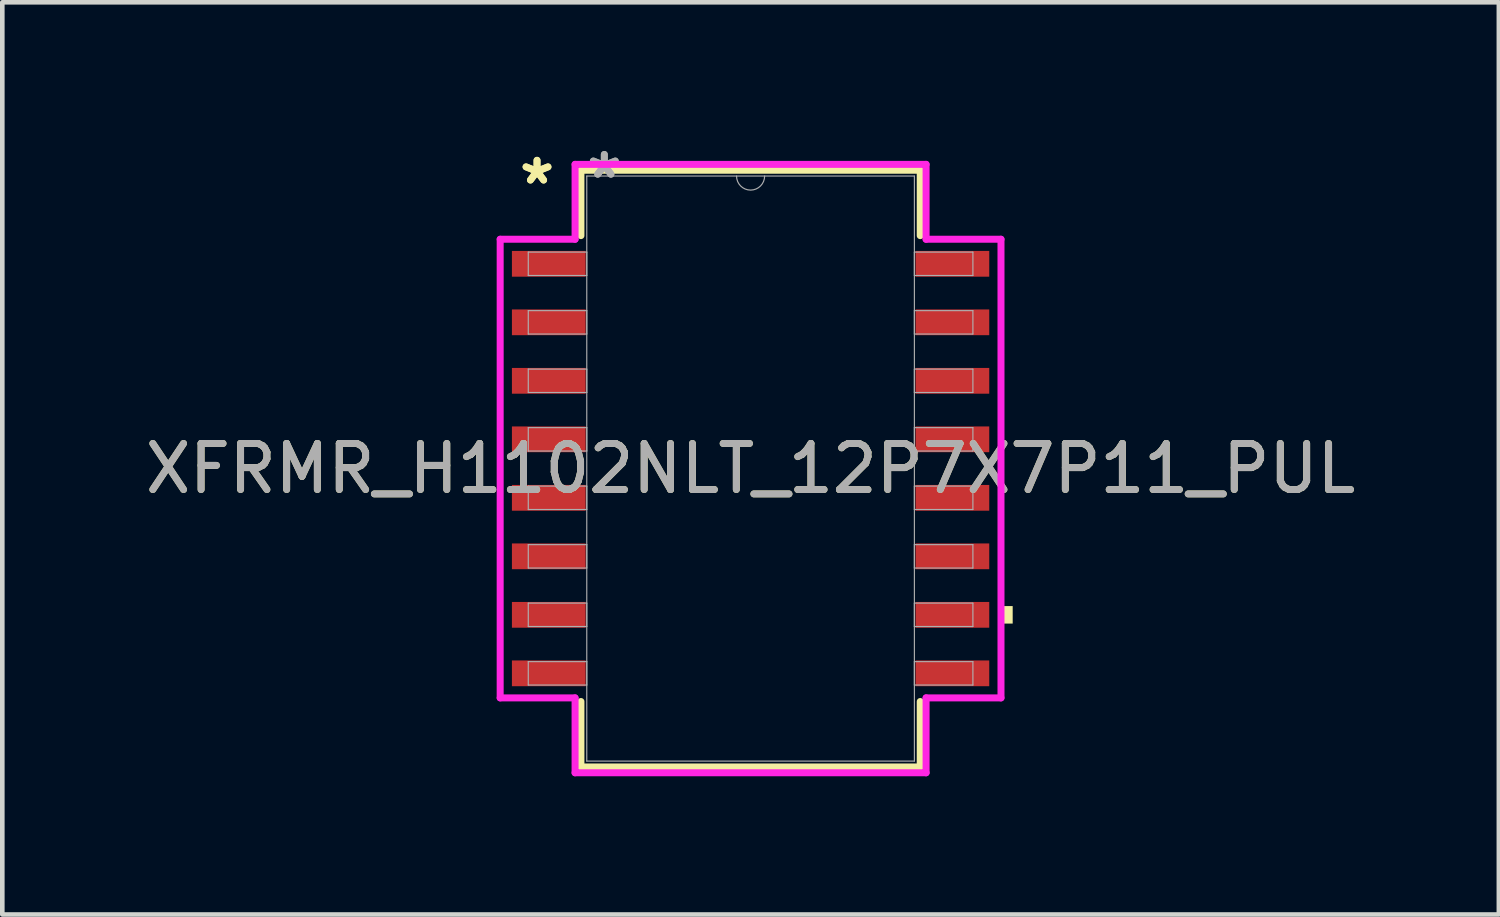
<source format=kicad_pcb>
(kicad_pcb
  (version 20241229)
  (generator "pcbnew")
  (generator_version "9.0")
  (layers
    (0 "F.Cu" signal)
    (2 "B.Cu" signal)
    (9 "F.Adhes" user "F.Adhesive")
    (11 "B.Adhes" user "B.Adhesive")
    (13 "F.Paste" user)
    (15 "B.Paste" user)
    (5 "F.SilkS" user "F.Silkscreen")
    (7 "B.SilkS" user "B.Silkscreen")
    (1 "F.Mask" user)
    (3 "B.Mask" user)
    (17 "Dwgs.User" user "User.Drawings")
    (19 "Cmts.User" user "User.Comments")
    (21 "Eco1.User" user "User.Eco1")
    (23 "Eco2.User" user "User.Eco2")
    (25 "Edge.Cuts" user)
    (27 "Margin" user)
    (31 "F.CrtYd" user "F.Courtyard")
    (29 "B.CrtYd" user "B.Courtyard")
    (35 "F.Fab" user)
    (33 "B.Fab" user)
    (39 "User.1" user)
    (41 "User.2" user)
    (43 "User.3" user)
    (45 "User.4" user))
  (footprint "XFRMR_H1102NLT_12P7X7P11_PUL"
    (layer "F.Cu")
    (at 13.244 7.122)
    (property "Reference" "XFRMR_H1102NLT_12P7X7P11_PUL" (at 0 0 0) (unlocked yes) (layer "F.SilkS") (effects (font (size 1 1) (thickness 0.15))))
    (attr smd)
    (fp_line (start -3.683 -6.477) (end -3.683 -5.057) (stroke (width 0.152) (type solid)) (layer "F.SilkS"))
    (fp_line (start -3.683 5.057) (end -3.683 6.477) (stroke (width 0.152) (type solid)) (layer "F.SilkS"))
    (fp_line (start -3.683 6.477) (end 3.683 6.477) (stroke (width 0.152) (type solid)) (layer "F.SilkS"))
    (fp_line (start 3.683 -6.477) (end -3.683 -6.477) (stroke (width 0.152) (type solid)) (layer "F.SilkS"))
    (fp_line (start 3.683 -5.057) (end 3.683 -6.477) (stroke (width 0.152) (type solid)) (layer "F.SilkS"))
    (fp_line (start 3.683 6.477) (end 3.683 5.057) (stroke (width 0.152) (type solid)) (layer "F.SilkS"))
    (fp_poly (pts (xy 5.69 2.985) (xy 5.69 3.365) (xy 5.436 3.365) (xy 5.436 2.985)) (stroke (width 0) (type solid)) (fill yes) (layer "F.SilkS"))
    (fp_line (start -5.436 -4.978) (end -3.81 -4.978) (stroke (width 0.152) (type solid)) (layer "F.CrtYd"))
    (fp_line (start -5.436 4.978) (end -5.436 -4.978) (stroke (width 0.152) (type solid)) (layer "F.CrtYd"))
    (fp_line (start -5.436 4.978) (end -3.81 4.978) (stroke (width 0.152) (type solid)) (layer "F.CrtYd"))
    (fp_line (start -3.81 -6.604) (end 3.81 -6.604) (stroke (width 0.152) (type solid)) (layer "F.CrtYd"))
    (fp_line (start -3.81 -4.978) (end -3.81 -6.604) (stroke (width 0.152) (type solid)) (layer "F.CrtYd"))
    (fp_line (start -3.81 6.604) (end -3.81 4.978) (stroke (width 0.152) (type solid)) (layer "F.CrtYd"))
    (fp_line (start 3.81 -6.604) (end 3.81 -4.978) (stroke (width 0.152) (type solid)) (layer "F.CrtYd"))
    (fp_line (start 3.81 4.978) (end 3.81 6.604) (stroke (width 0.152) (type solid)) (layer "F.CrtYd"))
    (fp_line (start 3.81 6.604) (end -3.81 6.604) (stroke (width 0.152) (type solid)) (layer "F.CrtYd"))
    (fp_line (start 5.436 -4.978) (end 3.81 -4.978) (stroke (width 0.152) (type solid)) (layer "F.CrtYd"))
    (fp_line (start 5.436 -4.978) (end 5.436 4.978) (stroke (width 0.152) (type solid)) (layer "F.CrtYd"))
    (fp_line (start 5.436 4.978) (end 3.81 4.978) (stroke (width 0.152) (type solid)) (layer "F.CrtYd"))
    (fp_line (start -4.826 -4.699) (end -4.826 -4.191) (stroke (width 0.025) (type solid)) (layer "F.Fab"))
    (fp_line (start -4.826 -4.191) (end -3.556 -4.191) (stroke (width 0.025) (type solid)) (layer "F.Fab"))
    (fp_line (start -4.826 -3.429) (end -4.826 -2.921) (stroke (width 0.025) (type solid)) (layer "F.Fab"))
    (fp_line (start -4.826 -2.921) (end -3.556 -2.921) (stroke (width 0.025) (type solid)) (layer "F.Fab"))
    (fp_line (start -4.826 -2.159) (end -4.826 -1.651) (stroke (width 0.025) (type solid)) (layer "F.Fab"))
    (fp_line (start -4.826 -1.651) (end -3.556 -1.651) (stroke (width 0.025) (type solid)) (layer "F.Fab"))
    (fp_line (start -4.826 -0.889) (end -4.826 -0.381) (stroke (width 0.025) (type solid)) (layer "F.Fab"))
    (fp_line (start -4.826 -0.381) (end -3.556 -0.381) (stroke (width 0.025) (type solid)) (layer "F.Fab"))
    (fp_line (start -4.826 0.381) (end -4.826 0.889) (stroke (width 0.025) (type solid)) (layer "F.Fab"))
    (fp_line (start -4.826 0.889) (end -3.556 0.889) (stroke (width 0.025) (type solid)) (layer "F.Fab"))
    (fp_line (start -4.826 1.651) (end -4.826 2.159) (stroke (width 0.025) (type solid)) (layer "F.Fab"))
    (fp_line (start -4.826 2.159) (end -3.556 2.159) (stroke (width 0.025) (type solid)) (layer "F.Fab"))
    (fp_line (start -4.826 2.921) (end -4.826 3.429) (stroke (width 0.025) (type solid)) (layer "F.Fab"))
    (fp_line (start -4.826 3.429) (end -3.556 3.429) (stroke (width 0.025) (type solid)) (layer "F.Fab"))
    (fp_line (start -4.826 4.191) (end -4.826 4.699) (stroke (width 0.025) (type solid)) (layer "F.Fab"))
    (fp_line (start -4.826 4.699) (end -3.556 4.699) (stroke (width 0.025) (type solid)) (layer "F.Fab"))
    (fp_line (start -3.556 -6.35) (end -3.556 6.35) (stroke (width 0.025) (type solid)) (layer "F.Fab"))
    (fp_line (start -3.556 -4.699) (end -4.826 -4.699) (stroke (width 0.025) (type solid)) (layer "F.Fab"))
    (fp_line (start -3.556 -4.191) (end -3.556 -4.699) (stroke (width 0.025) (type solid)) (layer "F.Fab"))
    (fp_line (start -3.556 -3.429) (end -4.826 -3.429) (stroke (width 0.025) (type solid)) (layer "F.Fab"))
    (fp_line (start -3.556 -2.921) (end -3.556 -3.429) (stroke (width 0.025) (type solid)) (layer "F.Fab"))
    (fp_line (start -3.556 -2.159) (end -4.826 -2.159) (stroke (width 0.025) (type solid)) (layer "F.Fab"))
    (fp_line (start -3.556 -1.651) (end -3.556 -2.159) (stroke (width 0.025) (type solid)) (layer "F.Fab"))
    (fp_line (start -3.556 -0.889) (end -4.826 -0.889) (stroke (width 0.025) (type solid)) (layer "F.Fab"))
    (fp_line (start -3.556 -0.381) (end -3.556 -0.889) (stroke (width 0.025) (type solid)) (layer "F.Fab"))
    (fp_line (start -3.556 0.381) (end -4.826 0.381) (stroke (width 0.025) (type solid)) (layer "F.Fab"))
    (fp_line (start -3.556 0.889) (end -3.556 0.381) (stroke (width 0.025) (type solid)) (layer "F.Fab"))
    (fp_line (start -3.556 1.651) (end -4.826 1.651) (stroke (width 0.025) (type solid)) (layer "F.Fab"))
    (fp_line (start -3.556 2.159) (end -3.556 1.651) (stroke (width 0.025) (type solid)) (layer "F.Fab"))
    (fp_line (start -3.556 2.921) (end -4.826 2.921) (stroke (width 0.025) (type solid)) (layer "F.Fab"))
    (fp_line (start -3.556 3.429) (end -3.556 2.921) (stroke (width 0.025) (type solid)) (layer "F.Fab"))
    (fp_line (start -3.556 4.191) (end -4.826 4.191) (stroke (width 0.025) (type solid)) (layer "F.Fab"))
    (fp_line (start -3.556 4.699) (end -3.556 4.191) (stroke (width 0.025) (type solid)) (layer "F.Fab"))
    (fp_line (start -3.556 6.35) (end 3.556 6.35) (stroke (width 0.025) (type solid)) (layer "F.Fab"))
    (fp_line (start 3.556 -6.35) (end -3.556 -6.35) (stroke (width 0.025) (type solid)) (layer "F.Fab"))
    (fp_line (start 3.556 -4.699) (end 3.556 -4.191) (stroke (width 0.025) (type solid)) (layer "F.Fab"))
    (fp_line (start 3.556 -4.191) (end 4.826 -4.191) (stroke (width 0.025) (type solid)) (layer "F.Fab"))
    (fp_line (start 3.556 -3.429) (end 3.556 -2.921) (stroke (width 0.025) (type solid)) (layer "F.Fab"))
    (fp_line (start 3.556 -2.921) (end 4.826 -2.921) (stroke (width 0.025) (type solid)) (layer "F.Fab"))
    (fp_line (start 3.556 -2.159) (end 3.556 -1.651) (stroke (width 0.025) (type solid)) (layer "F.Fab"))
    (fp_line (start 3.556 -1.651) (end 4.826 -1.651) (stroke (width 0.025) (type solid)) (layer "F.Fab"))
    (fp_line (start 3.556 -0.889) (end 3.556 -0.381) (stroke (width 0.025) (type solid)) (layer "F.Fab"))
    (fp_line (start 3.556 -0.381) (end 4.826 -0.381) (stroke (width 0.025) (type solid)) (layer "F.Fab"))
    (fp_line (start 3.556 0.381) (end 3.556 0.889) (stroke (width 0.025) (type solid)) (layer "F.Fab"))
    (fp_line (start 3.556 0.889) (end 4.826 0.889) (stroke (width 0.025) (type solid)) (layer "F.Fab"))
    (fp_line (start 3.556 1.651) (end 3.556 2.159) (stroke (width 0.025) (type solid)) (layer "F.Fab"))
    (fp_line (start 3.556 2.159) (end 4.826 2.159) (stroke (width 0.025) (type solid)) (layer "F.Fab"))
    (fp_line (start 3.556 2.921) (end 3.556 3.429) (stroke (width 0.025) (type solid)) (layer "F.Fab"))
    (fp_line (start 3.556 3.429) (end 4.826 3.429) (stroke (width 0.025) (type solid)) (layer "F.Fab"))
    (fp_line (start 3.556 4.191) (end 3.556 4.699) (stroke (width 0.025) (type solid)) (layer "F.Fab"))
    (fp_line (start 3.556 4.699) (end 4.826 4.699) (stroke (width 0.025) (type solid)) (layer "F.Fab"))
    (fp_line (start 3.556 6.35) (end 3.556 -6.35) (stroke (width 0.025) (type solid)) (layer "F.Fab"))
    (fp_line (start 4.826 -4.699) (end 3.556 -4.699) (stroke (width 0.025) (type solid)) (layer "F.Fab"))
    (fp_line (start 4.826 -4.191) (end 4.826 -4.699) (stroke (width 0.025) (type solid)) (layer "F.Fab"))
    (fp_line (start 4.826 -3.429) (end 3.556 -3.429) (stroke (width 0.025) (type solid)) (layer "F.Fab"))
    (fp_line (start 4.826 -2.921) (end 4.826 -3.429) (stroke (width 0.025) (type solid)) (layer "F.Fab"))
    (fp_line (start 4.826 -2.159) (end 3.556 -2.159) (stroke (width 0.025) (type solid)) (layer "F.Fab"))
    (fp_line (start 4.826 -1.651) (end 4.826 -2.159) (stroke (width 0.025) (type solid)) (layer "F.Fab"))
    (fp_line (start 4.826 -0.889) (end 3.556 -0.889) (stroke (width 0.025) (type solid)) (layer "F.Fab"))
    (fp_line (start 4.826 -0.381) (end 4.826 -0.889) (stroke (width 0.025) (type solid)) (layer "F.Fab"))
    (fp_line (start 4.826 0.381) (end 3.556 0.381) (stroke (width 0.025) (type solid)) (layer "F.Fab"))
    (fp_line (start 4.826 0.889) (end 4.826 0.381) (stroke (width 0.025) (type solid)) (layer "F.Fab"))
    (fp_line (start 4.826 1.651) (end 3.556 1.651) (stroke (width 0.025) (type solid)) (layer "F.Fab"))
    (fp_line (start 4.826 2.159) (end 4.826 1.651) (stroke (width 0.025) (type solid)) (layer "F.Fab"))
    (fp_line (start 4.826 2.921) (end 3.556 2.921) (stroke (width 0.025) (type solid)) (layer "F.Fab"))
    (fp_line (start 4.826 3.429) (end 4.826 2.921) (stroke (width 0.025) (type solid)) (layer "F.Fab"))
    (fp_line (start 4.826 4.191) (end 3.556 4.191) (stroke (width 0.025) (type solid)) (layer "F.Fab"))
    (fp_line (start 4.826 4.699) (end 4.826 4.191) (stroke (width 0.025) (type solid)) (layer "F.Fab"))
    (fp_arc (start 0.3048 -6.35) (mid 0 -6.0452) (end -0.3048 -6.35) (stroke (width 0.0254) (type solid)) (layer "F.Fab"))
    (fp_text user "*" (at -4.636 -6.147 0) (layer "F.SilkS") (effects (font (size 1 1) (thickness 0.15))))
    (fp_text user "*" (at -4.636 -6.147 0) (unlocked yes) (layer "F.SilkS") (effects (font (size 1 1) (thickness 0.15))))
    (fp_text user "*" (at -3.175 -6.274 0) (unlocked yes) (layer "F.Fab") (effects (font (size 1 1) (thickness 0.15))))
    (fp_text user "${REFERENCE}" (at 0 0 0) (unlocked yes) (layer "F.Fab") (effects (font (size 1 1) (thickness 0.15))))
    (fp_text user "*" (at -3.175 -6.274 0) (layer "F.Fab") (effects (font (size 1 1) (thickness 0.15))))
    (pad "1" smd rect (at -4.381 -4.445) (size 1.6 0.559) (layers "F.Cu" "F.Mask" "F.Paste"))
    (pad "2" smd rect (at -4.381 -3.175) (size 1.6 0.559) (layers "F.Cu" "F.Mask" "F.Paste"))
    (pad "3" smd rect (at -4.381 -1.905) (size 1.6 0.559) (layers "F.Cu" "F.Mask" "F.Paste"))
    (pad "4" smd rect (at -4.381 -0.635) (size 1.6 0.559) (layers "F.Cu" "F.Mask" "F.Paste"))
    (pad "5" smd rect (at -4.381 0.635) (size 1.6 0.559) (layers "F.Cu" "F.Mask" "F.Paste"))
    (pad "6" smd rect (at -4.381 1.905) (size 1.6 0.559) (layers "F.Cu" "F.Mask" "F.Paste"))
    (pad "7" smd rect (at -4.381 3.175) (size 1.6 0.559) (layers "F.Cu" "F.Mask" "F.Paste"))
    (pad "8" smd rect (at -4.381 4.445) (size 1.6 0.559) (layers "F.Cu" "F.Mask" "F.Paste"))
    (pad "9" smd rect (at 4.381 4.445) (size 1.6 0.559) (layers "F.Cu" "F.Mask" "F.Paste"))
    (pad "10" smd rect (at 4.381 3.175) (size 1.6 0.559) (layers "F.Cu" "F.Mask" "F.Paste"))
    (pad "11" smd rect (at 4.381 1.905) (size 1.6 0.559) (layers "F.Cu" "F.Mask" "F.Paste"))
    (pad "12" smd rect (at 4.381 0.635) (size 1.6 0.559) (layers "F.Cu" "F.Mask" "F.Paste"))
    (pad "13" smd rect (at 4.381 -0.635) (size 1.6 0.559) (layers "F.Cu" "F.Mask" "F.Paste"))
    (pad "14" smd rect (at 4.381 -1.905) (size 1.6 0.559) (layers "F.Cu" "F.Mask" "F.Paste"))
    (pad "15" smd rect (at 4.381 -3.175) (size 1.6 0.559) (layers "F.Cu" "F.Mask" "F.Paste"))
    (pad "16" smd rect (at 4.381 -4.445) (size 1.6 0.559) (layers "F.Cu" "F.Mask" "F.Paste")))
  (gr_rect
    (start -3 -3)
    (end 29.488 16.802)
    (stroke (width 0.1) (type default))
    (fill no)
    (layer "Edge.Cuts")))
</source>
